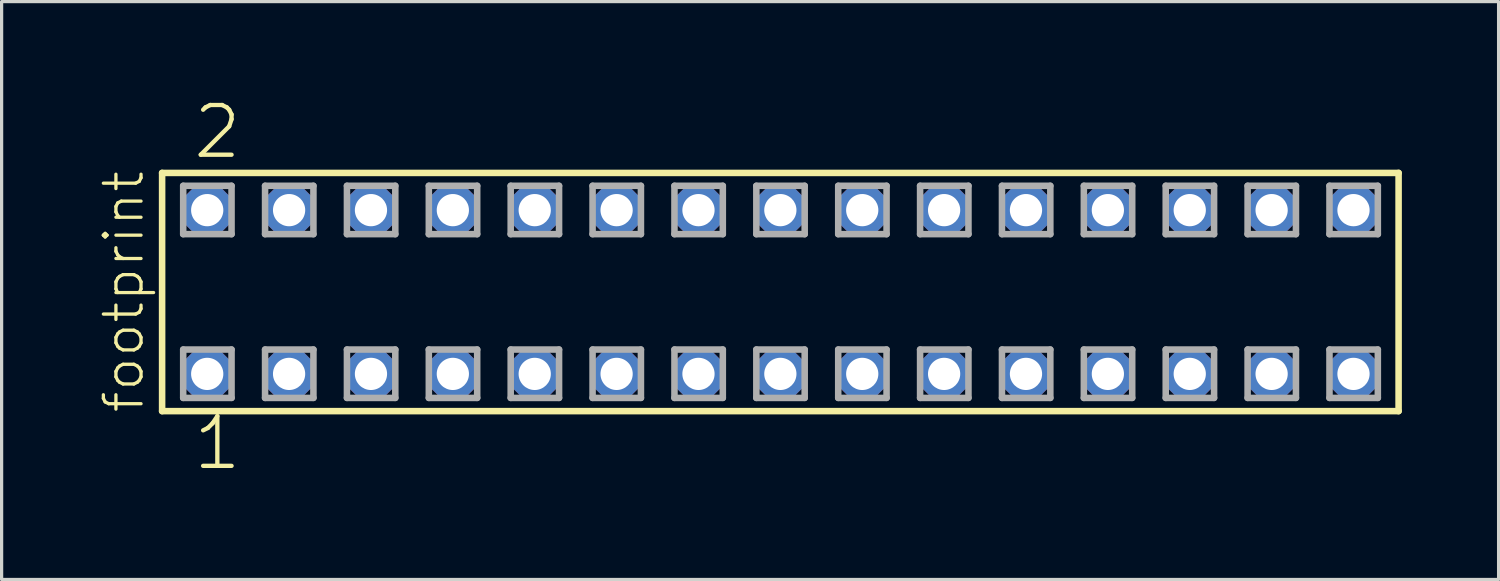
<source format=kicad_pcb>
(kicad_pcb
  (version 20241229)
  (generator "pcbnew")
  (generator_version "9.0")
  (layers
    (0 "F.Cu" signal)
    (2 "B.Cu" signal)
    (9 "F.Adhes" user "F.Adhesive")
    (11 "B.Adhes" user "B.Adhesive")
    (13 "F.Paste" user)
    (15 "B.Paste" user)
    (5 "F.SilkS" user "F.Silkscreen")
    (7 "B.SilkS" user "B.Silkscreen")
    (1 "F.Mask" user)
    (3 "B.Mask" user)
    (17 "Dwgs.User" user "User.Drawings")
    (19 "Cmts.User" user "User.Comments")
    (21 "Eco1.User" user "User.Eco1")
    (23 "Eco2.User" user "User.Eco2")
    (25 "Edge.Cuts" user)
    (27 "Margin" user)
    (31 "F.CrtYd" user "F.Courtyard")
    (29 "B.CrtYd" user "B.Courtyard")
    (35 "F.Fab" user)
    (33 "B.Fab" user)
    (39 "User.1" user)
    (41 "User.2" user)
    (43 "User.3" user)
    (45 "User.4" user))
  (footprint "footprint"
    (layer "F.Cu")
    (at 21.158 6.009)
    (property "Reference" "footprint" (at -19.685 3.81 90) (layer "F.SilkS") (effects (font (size 1.168 1.168) (thickness 0.102)) (justify left bottom)))
    (fp_line (start -19.179 -3.695) (end 19.179 -3.695) (stroke (width 0.203) (type solid)) (layer "F.SilkS"))
    (fp_line (start -19.179 3.695) (end -19.179 -3.695) (stroke (width 0.203) (type solid)) (layer "F.SilkS"))
    (fp_line (start 19.179 -3.695) (end 19.179 3.695) (stroke (width 0.203) (type solid)) (layer "F.SilkS"))
    (fp_line (start 19.179 3.695) (end -19.179 3.695) (stroke (width 0.203) (type solid)) (layer "F.SilkS"))
    (fp_line (start -18.525 -3.295) (end -17.025 -3.295) (stroke (width 0.203) (type solid)) (layer "F.Fab"))
    (fp_line (start -18.525 -1.795) (end -18.525 -3.295) (stroke (width 0.203) (type solid)) (layer "F.Fab"))
    (fp_line (start -18.525 1.785) (end -17.025 1.785) (stroke (width 0.203) (type solid)) (layer "F.Fab"))
    (fp_line (start -18.525 3.285) (end -18.525 1.785) (stroke (width 0.203) (type solid)) (layer "F.Fab"))
    (fp_line (start -17.025 -3.295) (end -17.025 -1.795) (stroke (width 0.203) (type solid)) (layer "F.Fab"))
    (fp_line (start -17.025 -1.795) (end -18.525 -1.795) (stroke (width 0.203) (type solid)) (layer "F.Fab"))
    (fp_line (start -17.025 1.785) (end -17.025 3.285) (stroke (width 0.203) (type solid)) (layer "F.Fab"))
    (fp_line (start -17.025 3.285) (end -18.525 3.285) (stroke (width 0.203) (type solid)) (layer "F.Fab"))
    (fp_line (start -15.985 -3.295) (end -14.485 -3.295) (stroke (width 0.203) (type solid)) (layer "F.Fab"))
    (fp_line (start -15.985 -1.795) (end -15.985 -3.295) (stroke (width 0.203) (type solid)) (layer "F.Fab"))
    (fp_line (start -15.985 1.785) (end -14.485 1.785) (stroke (width 0.203) (type solid)) (layer "F.Fab"))
    (fp_line (start -15.985 3.285) (end -15.985 1.785) (stroke (width 0.203) (type solid)) (layer "F.Fab"))
    (fp_line (start -14.485 -3.295) (end -14.485 -1.795) (stroke (width 0.203) (type solid)) (layer "F.Fab"))
    (fp_line (start -14.485 -1.795) (end -15.985 -1.795) (stroke (width 0.203) (type solid)) (layer "F.Fab"))
    (fp_line (start -14.485 1.785) (end -14.485 3.285) (stroke (width 0.203) (type solid)) (layer "F.Fab"))
    (fp_line (start -14.485 3.285) (end -15.985 3.285) (stroke (width 0.203) (type solid)) (layer "F.Fab"))
    (fp_line (start -13.445 -3.295) (end -11.945 -3.295) (stroke (width 0.203) (type solid)) (layer "F.Fab"))
    (fp_line (start -13.445 -1.795) (end -13.445 -3.295) (stroke (width 0.203) (type solid)) (layer "F.Fab"))
    (fp_line (start -13.445 1.785) (end -11.945 1.785) (stroke (width 0.203) (type solid)) (layer "F.Fab"))
    (fp_line (start -13.445 3.285) (end -13.445 1.785) (stroke (width 0.203) (type solid)) (layer "F.Fab"))
    (fp_line (start -11.945 -3.295) (end -11.945 -1.795) (stroke (width 0.203) (type solid)) (layer "F.Fab"))
    (fp_line (start -11.945 -1.795) (end -13.445 -1.795) (stroke (width 0.203) (type solid)) (layer "F.Fab"))
    (fp_line (start -11.945 1.785) (end -11.945 3.285) (stroke (width 0.203) (type solid)) (layer "F.Fab"))
    (fp_line (start -11.945 3.285) (end -13.445 3.285) (stroke (width 0.203) (type solid)) (layer "F.Fab"))
    (fp_line (start -10.905 -3.295) (end -9.405 -3.295) (stroke (width 0.203) (type solid)) (layer "F.Fab"))
    (fp_line (start -10.905 -1.795) (end -10.905 -3.295) (stroke (width 0.203) (type solid)) (layer "F.Fab"))
    (fp_line (start -10.905 1.785) (end -9.405 1.785) (stroke (width 0.203) (type solid)) (layer "F.Fab"))
    (fp_line (start -10.905 3.285) (end -10.905 1.785) (stroke (width 0.203) (type solid)) (layer "F.Fab"))
    (fp_line (start -9.405 -3.295) (end -9.405 -1.795) (stroke (width 0.203) (type solid)) (layer "F.Fab"))
    (fp_line (start -9.405 -1.795) (end -10.905 -1.795) (stroke (width 0.203) (type solid)) (layer "F.Fab"))
    (fp_line (start -9.405 1.785) (end -9.405 3.285) (stroke (width 0.203) (type solid)) (layer "F.Fab"))
    (fp_line (start -9.405 3.285) (end -10.905 3.285) (stroke (width 0.203) (type solid)) (layer "F.Fab"))
    (fp_line (start -8.365 -3.295) (end -6.865 -3.295) (stroke (width 0.203) (type solid)) (layer "F.Fab"))
    (fp_line (start -8.365 -1.795) (end -8.365 -3.295) (stroke (width 0.203) (type solid)) (layer "F.Fab"))
    (fp_line (start -8.365 1.785) (end -6.865 1.785) (stroke (width 0.203) (type solid)) (layer "F.Fab"))
    (fp_line (start -8.365 3.285) (end -8.365 1.785) (stroke (width 0.203) (type solid)) (layer "F.Fab"))
    (fp_line (start -6.865 -3.295) (end -6.865 -1.795) (stroke (width 0.203) (type solid)) (layer "F.Fab"))
    (fp_line (start -6.865 -1.795) (end -8.365 -1.795) (stroke (width 0.203) (type solid)) (layer "F.Fab"))
    (fp_line (start -6.865 1.785) (end -6.865 3.285) (stroke (width 0.203) (type solid)) (layer "F.Fab"))
    (fp_line (start -6.865 3.285) (end -8.365 3.285) (stroke (width 0.203) (type solid)) (layer "F.Fab"))
    (fp_line (start -5.825 -3.295) (end -4.325 -3.295) (stroke (width 0.203) (type solid)) (layer "F.Fab"))
    (fp_line (start -5.825 -1.795) (end -5.825 -3.295) (stroke (width 0.203) (type solid)) (layer "F.Fab"))
    (fp_line (start -5.825 1.785) (end -4.325 1.785) (stroke (width 0.203) (type solid)) (layer "F.Fab"))
    (fp_line (start -5.825 3.285) (end -5.825 1.785) (stroke (width 0.203) (type solid)) (layer "F.Fab"))
    (fp_line (start -4.325 -3.295) (end -4.325 -1.795) (stroke (width 0.203) (type solid)) (layer "F.Fab"))
    (fp_line (start -4.325 -1.795) (end -5.825 -1.795) (stroke (width 0.203) (type solid)) (layer "F.Fab"))
    (fp_line (start -4.325 1.785) (end -4.325 3.285) (stroke (width 0.203) (type solid)) (layer "F.Fab"))
    (fp_line (start -4.325 3.285) (end -5.825 3.285) (stroke (width 0.203) (type solid)) (layer "F.Fab"))
    (fp_line (start -3.285 -3.295) (end -1.785 -3.295) (stroke (width 0.203) (type solid)) (layer "F.Fab"))
    (fp_line (start -3.285 -1.795) (end -3.285 -3.295) (stroke (width 0.203) (type solid)) (layer "F.Fab"))
    (fp_line (start -3.285 1.785) (end -1.785 1.785) (stroke (width 0.203) (type solid)) (layer "F.Fab"))
    (fp_line (start -3.285 3.285) (end -3.285 1.785) (stroke (width 0.203) (type solid)) (layer "F.Fab"))
    (fp_line (start -1.785 -3.295) (end -1.785 -1.795) (stroke (width 0.203) (type solid)) (layer "F.Fab"))
    (fp_line (start -1.785 -1.795) (end -3.285 -1.795) (stroke (width 0.203) (type solid)) (layer "F.Fab"))
    (fp_line (start -1.785 1.785) (end -1.785 3.285) (stroke (width 0.203) (type solid)) (layer "F.Fab"))
    (fp_line (start -1.785 3.285) (end -3.285 3.285) (stroke (width 0.203) (type solid)) (layer "F.Fab"))
    (fp_line (start -0.745 -3.295) (end 0.755 -3.295) (stroke (width 0.203) (type solid)) (layer "F.Fab"))
    (fp_line (start -0.745 -1.795) (end -0.745 -3.295) (stroke (width 0.203) (type solid)) (layer "F.Fab"))
    (fp_line (start -0.745 1.785) (end 0.755 1.785) (stroke (width 0.203) (type solid)) (layer "F.Fab"))
    (fp_line (start -0.745 3.285) (end -0.745 1.785) (stroke (width 0.203) (type solid)) (layer "F.Fab"))
    (fp_line (start 0.755 -3.295) (end 0.755 -1.795) (stroke (width 0.203) (type solid)) (layer "F.Fab"))
    (fp_line (start 0.755 -1.795) (end -0.745 -1.795) (stroke (width 0.203) (type solid)) (layer "F.Fab"))
    (fp_line (start 0.755 1.785) (end 0.755 3.285) (stroke (width 0.203) (type solid)) (layer "F.Fab"))
    (fp_line (start 0.755 3.285) (end -0.745 3.285) (stroke (width 0.203) (type solid)) (layer "F.Fab"))
    (fp_line (start 1.795 -3.295) (end 3.295 -3.295) (stroke (width 0.203) (type solid)) (layer "F.Fab"))
    (fp_line (start 1.795 -1.795) (end 1.795 -3.295) (stroke (width 0.203) (type solid)) (layer "F.Fab"))
    (fp_line (start 1.795 1.785) (end 3.295 1.785) (stroke (width 0.203) (type solid)) (layer "F.Fab"))
    (fp_line (start 1.795 3.285) (end 1.795 1.785) (stroke (width 0.203) (type solid)) (layer "F.Fab"))
    (fp_line (start 3.295 -3.295) (end 3.295 -1.795) (stroke (width 0.203) (type solid)) (layer "F.Fab"))
    (fp_line (start 3.295 -1.795) (end 1.795 -1.795) (stroke (width 0.203) (type solid)) (layer "F.Fab"))
    (fp_line (start 3.295 1.785) (end 3.295 3.285) (stroke (width 0.203) (type solid)) (layer "F.Fab"))
    (fp_line (start 3.295 3.285) (end 1.795 3.285) (stroke (width 0.203) (type solid)) (layer "F.Fab"))
    (fp_line (start 4.335 -3.295) (end 5.835 -3.295) (stroke (width 0.203) (type solid)) (layer "F.Fab"))
    (fp_line (start 4.335 -1.795) (end 4.335 -3.295) (stroke (width 0.203) (type solid)) (layer "F.Fab"))
    (fp_line (start 4.335 1.785) (end 5.835 1.785) (stroke (width 0.203) (type solid)) (layer "F.Fab"))
    (fp_line (start 4.335 3.285) (end 4.335 1.785) (stroke (width 0.203) (type solid)) (layer "F.Fab"))
    (fp_line (start 5.835 -3.295) (end 5.835 -1.795) (stroke (width 0.203) (type solid)) (layer "F.Fab"))
    (fp_line (start 5.835 -1.795) (end 4.335 -1.795) (stroke (width 0.203) (type solid)) (layer "F.Fab"))
    (fp_line (start 5.835 1.785) (end 5.835 3.285) (stroke (width 0.203) (type solid)) (layer "F.Fab"))
    (fp_line (start 5.835 3.285) (end 4.335 3.285) (stroke (width 0.203) (type solid)) (layer "F.Fab"))
    (fp_line (start 6.875 -3.295) (end 8.375 -3.295) (stroke (width 0.203) (type solid)) (layer "F.Fab"))
    (fp_line (start 6.875 -1.795) (end 6.875 -3.295) (stroke (width 0.203) (type solid)) (layer "F.Fab"))
    (fp_line (start 6.875 1.785) (end 8.375 1.785) (stroke (width 0.203) (type solid)) (layer "F.Fab"))
    (fp_line (start 6.875 3.285) (end 6.875 1.785) (stroke (width 0.203) (type solid)) (layer "F.Fab"))
    (fp_line (start 8.375 -3.295) (end 8.375 -1.795) (stroke (width 0.203) (type solid)) (layer "F.Fab"))
    (fp_line (start 8.375 -1.795) (end 6.875 -1.795) (stroke (width 0.203) (type solid)) (layer "F.Fab"))
    (fp_line (start 8.375 1.785) (end 8.375 3.285) (stroke (width 0.203) (type solid)) (layer "F.Fab"))
    (fp_line (start 8.375 3.285) (end 6.875 3.285) (stroke (width 0.203) (type solid)) (layer "F.Fab"))
    (fp_line (start 9.415 -3.295) (end 10.915 -3.295) (stroke (width 0.203) (type solid)) (layer "F.Fab"))
    (fp_line (start 9.415 -1.795) (end 9.415 -3.295) (stroke (width 0.203) (type solid)) (layer "F.Fab"))
    (fp_line (start 9.415 1.785) (end 10.915 1.785) (stroke (width 0.203) (type solid)) (layer "F.Fab"))
    (fp_line (start 9.415 3.285) (end 9.415 1.785) (stroke (width 0.203) (type solid)) (layer "F.Fab"))
    (fp_line (start 10.915 -3.295) (end 10.915 -1.795) (stroke (width 0.203) (type solid)) (layer "F.Fab"))
    (fp_line (start 10.915 -1.795) (end 9.415 -1.795) (stroke (width 0.203) (type solid)) (layer "F.Fab"))
    (fp_line (start 10.915 1.785) (end 10.915 3.285) (stroke (width 0.203) (type solid)) (layer "F.Fab"))
    (fp_line (start 10.915 3.285) (end 9.415 3.285) (stroke (width 0.203) (type solid)) (layer "F.Fab"))
    (fp_line (start 11.955 -3.295) (end 13.455 -3.295) (stroke (width 0.203) (type solid)) (layer "F.Fab"))
    (fp_line (start 11.955 -1.795) (end 11.955 -3.295) (stroke (width 0.203) (type solid)) (layer "F.Fab"))
    (fp_line (start 11.955 1.785) (end 13.455 1.785) (stroke (width 0.203) (type solid)) (layer "F.Fab"))
    (fp_line (start 11.955 3.285) (end 11.955 1.785) (stroke (width 0.203) (type solid)) (layer "F.Fab"))
    (fp_line (start 13.455 -3.295) (end 13.455 -1.795) (stroke (width 0.203) (type solid)) (layer "F.Fab"))
    (fp_line (start 13.455 -1.795) (end 11.955 -1.795) (stroke (width 0.203) (type solid)) (layer "F.Fab"))
    (fp_line (start 13.455 1.785) (end 13.455 3.285) (stroke (width 0.203) (type solid)) (layer "F.Fab"))
    (fp_line (start 13.455 3.285) (end 11.955 3.285) (stroke (width 0.203) (type solid)) (layer "F.Fab"))
    (fp_line (start 14.495 -3.295) (end 15.995 -3.295) (stroke (width 0.203) (type solid)) (layer "F.Fab"))
    (fp_line (start 14.495 -1.795) (end 14.495 -3.295) (stroke (width 0.203) (type solid)) (layer "F.Fab"))
    (fp_line (start 14.495 1.785) (end 15.995 1.785) (stroke (width 0.203) (type solid)) (layer "F.Fab"))
    (fp_line (start 14.495 3.285) (end 14.495 1.785) (stroke (width 0.203) (type solid)) (layer "F.Fab"))
    (fp_line (start 15.995 -3.295) (end 15.995 -1.795) (stroke (width 0.203) (type solid)) (layer "F.Fab"))
    (fp_line (start 15.995 -1.795) (end 14.495 -1.795) (stroke (width 0.203) (type solid)) (layer "F.Fab"))
    (fp_line (start 15.995 1.785) (end 15.995 3.285) (stroke (width 0.203) (type solid)) (layer "F.Fab"))
    (fp_line (start 15.995 3.285) (end 14.495 3.285) (stroke (width 0.203) (type solid)) (layer "F.Fab"))
    (fp_line (start 17.035 -3.295) (end 18.535 -3.295) (stroke (width 0.203) (type solid)) (layer "F.Fab"))
    (fp_line (start 17.035 -1.795) (end 17.035 -3.295) (stroke (width 0.203) (type solid)) (layer "F.Fab"))
    (fp_line (start 17.035 1.785) (end 18.535 1.785) (stroke (width 0.203) (type solid)) (layer "F.Fab"))
    (fp_line (start 17.035 3.285) (end 17.035 1.785) (stroke (width 0.203) (type solid)) (layer "F.Fab"))
    (fp_line (start 18.535 -3.295) (end 18.535 -1.795) (stroke (width 0.203) (type solid)) (layer "F.Fab"))
    (fp_line (start 18.535 -1.795) (end 17.035 -1.795) (stroke (width 0.203) (type solid)) (layer "F.Fab"))
    (fp_line (start 18.535 1.785) (end 18.535 3.285) (stroke (width 0.203) (type solid)) (layer "F.Fab"))
    (fp_line (start 18.535 3.285) (end 17.035 3.285) (stroke (width 0.203) (type solid)) (layer "F.Fab"))
    (fp_text user "2" (at -18.288 -4.064 0) (layer "F.SilkS") (effects (font (size 1.542 1.542) (thickness 0.134)) (justify left bottom)))
    (fp_text user "1" (at -18.288 5.588 0) (layer "F.SilkS") (effects (font (size 1.542 1.542) (thickness 0.134)) (justify left bottom)))
    (pad "1" thru_hole roundrect (at -17.78 2.54) (size 1.5 1.5) (drill 1) (layers "*.Cu" "*.Mask") (roundrect_rratio 0.25) (chamfer_ratio 0.25) (chamfer top_left top_right bottom_left bottom_right))
    (pad "2" thru_hole roundrect (at -17.78 -2.54) (size 1.5 1.5) (drill 1) (layers "*.Cu" "*.Mask") (roundrect_rratio 0.25) (chamfer_ratio 0.25) (chamfer top_left top_right bottom_left bottom_right))
    (pad "3" thru_hole roundrect (at -15.24 2.54) (size 1.5 1.5) (drill 1) (layers "*.Cu" "*.Mask") (roundrect_rratio 0.25) (chamfer_ratio 0.25) (chamfer top_left top_right bottom_left bottom_right))
    (pad "4" thru_hole roundrect (at -15.24 -2.54) (size 1.5 1.5) (drill 1) (layers "*.Cu" "*.Mask") (roundrect_rratio 0.25) (chamfer_ratio 0.25) (chamfer top_left top_right bottom_left bottom_right))
    (pad "5" thru_hole roundrect (at -12.7 2.54) (size 1.5 1.5) (drill 1) (layers "*.Cu" "*.Mask") (roundrect_rratio 0.25) (chamfer_ratio 0.25) (chamfer top_left top_right bottom_left bottom_right))
    (pad "6" thru_hole roundrect (at -12.7 -2.54) (size 1.5 1.5) (drill 1) (layers "*.Cu" "*.Mask") (roundrect_rratio 0.25) (chamfer_ratio 0.25) (chamfer top_left top_right bottom_left bottom_right))
    (pad "7" thru_hole roundrect (at -10.16 2.54) (size 1.5 1.5) (drill 1) (layers "*.Cu" "*.Mask") (roundrect_rratio 0.25) (chamfer_ratio 0.25) (chamfer top_left top_right bottom_left bottom_right))
    (pad "8" thru_hole roundrect (at -10.16 -2.54) (size 1.5 1.5) (drill 1) (layers "*.Cu" "*.Mask") (roundrect_rratio 0.25) (chamfer_ratio 0.25) (chamfer top_left top_right bottom_left bottom_right))
    (pad "9" thru_hole roundrect (at -7.62 2.54) (size 1.5 1.5) (drill 1) (layers "*.Cu" "*.Mask") (roundrect_rratio 0.25) (chamfer_ratio 0.25) (chamfer top_left top_right bottom_left bottom_right))
    (pad "10" thru_hole roundrect (at -7.62 -2.54) (size 1.5 1.5) (drill 1) (layers "*.Cu" "*.Mask") (roundrect_rratio 0.25) (chamfer_ratio 0.25) (chamfer top_left top_right bottom_left bottom_right))
    (pad "11" thru_hole roundrect (at -5.08 2.54) (size 1.5 1.5) (drill 1) (layers "*.Cu" "*.Mask") (roundrect_rratio 0.25) (chamfer_ratio 0.25) (chamfer top_left top_right bottom_left bottom_right))
    (pad "12" thru_hole roundrect (at -5.08 -2.54) (size 1.5 1.5) (drill 1) (layers "*.Cu" "*.Mask") (roundrect_rratio 0.25) (chamfer_ratio 0.25) (chamfer top_left top_right bottom_left bottom_right))
    (pad "13" thru_hole roundrect (at -2.54 2.54) (size 1.5 1.5) (drill 1) (layers "*.Cu" "*.Mask") (roundrect_rratio 0.25) (chamfer_ratio 0.25) (chamfer top_left top_right bottom_left bottom_right))
    (pad "14" thru_hole roundrect (at -2.54 -2.54) (size 1.5 1.5) (drill 1) (layers "*.Cu" "*.Mask") (roundrect_rratio 0.25) (chamfer_ratio 0.25) (chamfer top_left top_right bottom_left bottom_right))
    (pad "15" thru_hole roundrect (at 0 2.54) (size 1.5 1.5) (drill 1) (layers "*.Cu" "*.Mask") (roundrect_rratio 0.25) (chamfer_ratio 0.25) (chamfer top_left top_right bottom_left bottom_right))
    (pad "16" thru_hole roundrect (at 0 -2.54) (size 1.5 1.5) (drill 1) (layers "*.Cu" "*.Mask") (roundrect_rratio 0.25) (chamfer_ratio 0.25) (chamfer top_left top_right bottom_left bottom_right))
    (pad "17" thru_hole roundrect (at 2.54 2.54) (size 1.5 1.5) (drill 1) (layers "*.Cu" "*.Mask") (roundrect_rratio 0.25) (chamfer_ratio 0.25) (chamfer top_left top_right bottom_left bottom_right))
    (pad "18" thru_hole roundrect (at 2.54 -2.54) (size 1.5 1.5) (drill 1) (layers "*.Cu" "*.Mask") (roundrect_rratio 0.25) (chamfer_ratio 0.25) (chamfer top_left top_right bottom_left bottom_right))
    (pad "19" thru_hole roundrect (at 5.08 2.54) (size 1.5 1.5) (drill 1) (layers "*.Cu" "*.Mask") (roundrect_rratio 0.25) (chamfer_ratio 0.25) (chamfer top_left top_right bottom_left bottom_right))
    (pad "20" thru_hole roundrect (at 5.08 -2.54) (size 1.5 1.5) (drill 1) (layers "*.Cu" "*.Mask") (roundrect_rratio 0.25) (chamfer_ratio 0.25) (chamfer top_left top_right bottom_left bottom_right))
    (pad "21" thru_hole roundrect (at 7.62 2.54) (size 1.5 1.5) (drill 1) (layers "*.Cu" "*.Mask") (roundrect_rratio 0.25) (chamfer_ratio 0.25) (chamfer top_left top_right bottom_left bottom_right))
    (pad "22" thru_hole roundrect (at 7.62 -2.54) (size 1.5 1.5) (drill 1) (layers "*.Cu" "*.Mask") (roundrect_rratio 0.25) (chamfer_ratio 0.25) (chamfer top_left top_right bottom_left bottom_right))
    (pad "23" thru_hole roundrect (at 10.16 2.54) (size 1.5 1.5) (drill 1) (layers "*.Cu" "*.Mask") (roundrect_rratio 0.25) (chamfer_ratio 0.25) (chamfer top_left top_right bottom_left bottom_right))
    (pad "24" thru_hole roundrect (at 10.16 -2.54) (size 1.5 1.5) (drill 1) (layers "*.Cu" "*.Mask") (roundrect_rratio 0.25) (chamfer_ratio 0.25) (chamfer top_left top_right bottom_left bottom_right))
    (pad "25" thru_hole roundrect (at 12.7 2.54) (size 1.5 1.5) (drill 1) (layers "*.Cu" "*.Mask") (roundrect_rratio 0.25) (chamfer_ratio 0.25) (chamfer top_left top_right bottom_left bottom_right))
    (pad "26" thru_hole roundrect (at 12.7 -2.54) (size 1.5 1.5) (drill 1) (layers "*.Cu" "*.Mask") (roundrect_rratio 0.25) (chamfer_ratio 0.25) (chamfer top_left top_right bottom_left bottom_right))
    (pad "27" thru_hole roundrect (at 15.24 2.54) (size 1.5 1.5) (drill 1) (layers "*.Cu" "*.Mask") (roundrect_rratio 0.25) (chamfer_ratio 0.25) (chamfer top_left top_right bottom_left bottom_right))
    (pad "28" thru_hole roundrect (at 15.24 -2.54) (size 1.5 1.5) (drill 1) (layers "*.Cu" "*.Mask") (roundrect_rratio 0.25) (chamfer_ratio 0.25) (chamfer top_left top_right bottom_left bottom_right))
    (pad "29" thru_hole roundrect (at 17.78 2.54) (size 1.5 1.5) (drill 1) (layers "*.Cu" "*.Mask") (roundrect_rratio 0.25) (chamfer_ratio 0.25) (chamfer top_left top_right bottom_left bottom_right))
    (pad "30" thru_hole roundrect (at 17.78 -2.54) (size 1.5 1.5) (drill 1) (layers "*.Cu" "*.Mask") (roundrect_rratio 0.25) (chamfer_ratio 0.25) (chamfer top_left top_right bottom_left bottom_right)))
  (gr_rect
    (start -3 -3)
    (end 43.439 14.927)
    (stroke (width 0.1) (type default))
    (fill no)
    (layer "Edge.Cuts")))
</source>
